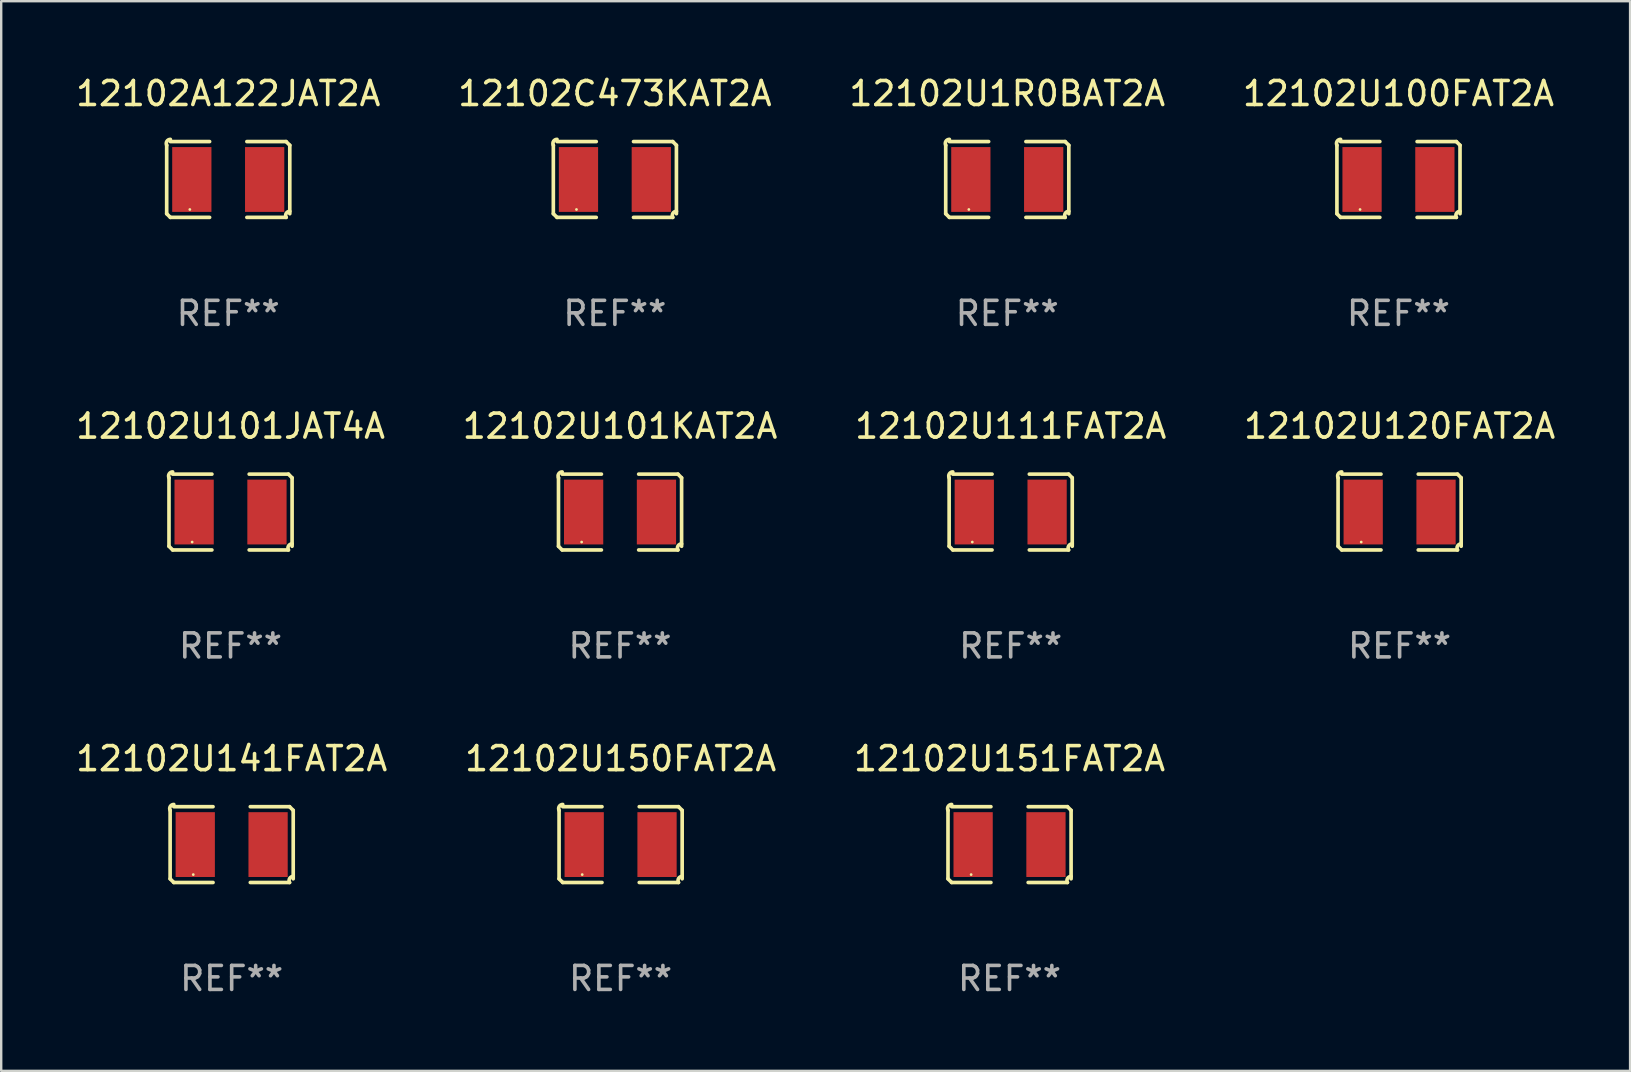
<source format=kicad_pcb>
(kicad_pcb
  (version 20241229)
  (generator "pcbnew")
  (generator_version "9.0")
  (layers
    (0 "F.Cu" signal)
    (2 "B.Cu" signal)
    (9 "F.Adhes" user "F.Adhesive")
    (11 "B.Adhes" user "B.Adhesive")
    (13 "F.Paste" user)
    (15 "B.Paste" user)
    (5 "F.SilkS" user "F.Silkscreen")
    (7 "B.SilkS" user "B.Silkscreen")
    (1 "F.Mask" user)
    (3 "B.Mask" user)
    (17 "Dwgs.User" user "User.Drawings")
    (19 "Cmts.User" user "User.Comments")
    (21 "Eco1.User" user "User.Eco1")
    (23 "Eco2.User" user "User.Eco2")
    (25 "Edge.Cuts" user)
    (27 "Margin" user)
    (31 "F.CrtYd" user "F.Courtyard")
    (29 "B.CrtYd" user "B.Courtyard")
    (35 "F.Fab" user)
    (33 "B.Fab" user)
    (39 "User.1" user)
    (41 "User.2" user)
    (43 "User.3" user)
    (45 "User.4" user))
  (footprint "12102U150FAT2A"
    (layer "F.Cu")
    (at 22.804 32.134)
    (property "Reference" "12102U150FAT2A" (at 0 -3.579 0) (layer "F.SilkS") (effects (font (size 1 1) (thickness 0.15))))
    (attr through_hole)
    (fp_line (start -2.564 1.426) (end -2.564 -1.426) (stroke (width 0.152) (type solid)) (layer "F.SilkS"))
    (fp_line (start -2.411 -1.579) (end -0.776 -1.579) (stroke (width 0.152) (type solid)) (layer "F.SilkS"))
    (fp_line (start -0.776 1.579) (end -2.411 1.579) (stroke (width 0.152) (type solid)) (layer "F.SilkS"))
    (fp_line (start 0.776 1.579) (end 2.411 1.579) (stroke (width 0.152) (type solid)) (layer "F.SilkS"))
    (fp_line (start 2.411 -1.579) (end 0.776 -1.579) (stroke (width 0.152) (type solid)) (layer "F.SilkS"))
    (fp_line (start 2.564 1.426) (end 2.564 -1.426) (stroke (width 0.152) (type solid)) (layer "F.SilkS"))
    (fp_arc (start -2.563602 -1.426213) (mid -2.555597 -1.591233) (end -2.411201 -1.671518) (stroke (width 0.1524) (type solid)) (layer "F.SilkS"))
    (fp_arc (start -2.5636 1.426214) (mid -2.487389 1.502402) (end -2.411201 1.578613) (stroke (width 0.1524) (type solid)) (layer "F.SilkS"))
    (fp_arc (start 2.411197 -1.578618) (mid 2.487403 -1.502419) (end 2.563602 -1.426213) (stroke (width 0.1524) (type solid)) (layer "F.SilkS"))
    (fp_arc (start 2.411201 1.578613) (mid 2.416214 1.409455) (end 2.563602 1.32629) (stroke (width 0.1524) (type solid)) (layer "F.SilkS"))
    (fp_circle (center -1.6 1.25) (end -1.57 1.25) (stroke (width 0.06) (type solid)) (fill no) (layer "F.SilkS"))
    (fp_text user "REF**" (at 0 5.579 0) (layer "F.Fab") (effects (font (size 1 1) (thickness 0.15))))
    (pad "1" smd rect (at -1.517 0) (size 1.635 2.7) (layers "F.Cu" "F.Mask" "F.Paste"))
    (pad "2" smd rect (at 1.517 0) (size 1.635 2.7) (layers "F.Cu" "F.Mask" "F.Paste")))
  (footprint "12102C473KAT2A"
    (layer "F.Cu")
    (at 22.565 4.427)
    (property "Reference" "12102C473KAT2A" (at 0 -3.579 0) (layer "F.SilkS") (effects (font (size 1 1) (thickness 0.15))))
    (attr through_hole)
    (fp_line (start -2.564 1.426) (end -2.564 -1.426) (stroke (width 0.152) (type solid)) (layer "F.SilkS"))
    (fp_line (start -2.411 -1.579) (end -0.776 -1.579) (stroke (width 0.152) (type solid)) (layer "F.SilkS"))
    (fp_line (start -0.776 1.579) (end -2.411 1.579) (stroke (width 0.152) (type solid)) (layer "F.SilkS"))
    (fp_line (start 0.776 1.579) (end 2.411 1.579) (stroke (width 0.152) (type solid)) (layer "F.SilkS"))
    (fp_line (start 2.411 -1.579) (end 0.776 -1.579) (stroke (width 0.152) (type solid)) (layer "F.SilkS"))
    (fp_line (start 2.564 1.426) (end 2.564 -1.426) (stroke (width 0.152) (type solid)) (layer "F.SilkS"))
    (fp_arc (start -2.563602 -1.426213) (mid -2.555597 -1.591233) (end -2.411201 -1.671518) (stroke (width 0.1524) (type solid)) (layer "F.SilkS"))
    (fp_arc (start -2.5636 1.426214) (mid -2.487389 1.502402) (end -2.411201 1.578613) (stroke (width 0.1524) (type solid)) (layer "F.SilkS"))
    (fp_arc (start 2.411197 -1.578618) (mid 2.487403 -1.502419) (end 2.563602 -1.426213) (stroke (width 0.1524) (type solid)) (layer "F.SilkS"))
    (fp_arc (start 2.411201 1.578613) (mid 2.416214 1.409455) (end 2.563602 1.32629) (stroke (width 0.1524) (type solid)) (layer "F.SilkS"))
    (fp_circle (center -1.6 1.25) (end -1.57 1.25) (stroke (width 0.06) (type solid)) (fill no) (layer "F.SilkS"))
    (fp_text user "REF**" (at 0 5.579 0) (layer "F.Fab") (effects (font (size 1 1) (thickness 0.15))))
    (pad "1" smd rect (at -1.517 0) (size 1.635 2.7) (layers "F.Cu" "F.Mask" "F.Paste"))
    (pad "2" smd rect (at 1.517 0) (size 1.635 2.7) (layers "F.Cu" "F.Mask" "F.Paste")))
  (footprint "12102U141FAT2A"
    (layer "F.Cu")
    (at 6.601 32.134)
    (property "Reference" "12102U141FAT2A" (at 0 -3.579 0) (layer "F.SilkS") (effects (font (size 1 1) (thickness 0.15))))
    (attr through_hole)
    (fp_line (start -2.564 1.426) (end -2.564 -1.426) (stroke (width 0.152) (type solid)) (layer "F.SilkS"))
    (fp_line (start -2.411 -1.579) (end -0.776 -1.579) (stroke (width 0.152) (type solid)) (layer "F.SilkS"))
    (fp_line (start -0.776 1.579) (end -2.411 1.579) (stroke (width 0.152) (type solid)) (layer "F.SilkS"))
    (fp_line (start 0.776 1.579) (end 2.411 1.579) (stroke (width 0.152) (type solid)) (layer "F.SilkS"))
    (fp_line (start 2.411 -1.579) (end 0.776 -1.579) (stroke (width 0.152) (type solid)) (layer "F.SilkS"))
    (fp_line (start 2.564 1.426) (end 2.564 -1.426) (stroke (width 0.152) (type solid)) (layer "F.SilkS"))
    (fp_arc (start -2.563602 -1.426213) (mid -2.555597 -1.591233) (end -2.411201 -1.671518) (stroke (width 0.1524) (type solid)) (layer "F.SilkS"))
    (fp_arc (start -2.5636 1.426214) (mid -2.487389 1.502402) (end -2.411201 1.578613) (stroke (width 0.1524) (type solid)) (layer "F.SilkS"))
    (fp_arc (start 2.411197 -1.578618) (mid 2.487403 -1.502419) (end 2.563602 -1.426213) (stroke (width 0.1524) (type solid)) (layer "F.SilkS"))
    (fp_arc (start 2.411201 1.578613) (mid 2.416214 1.409455) (end 2.563602 1.32629) (stroke (width 0.1524) (type solid)) (layer "F.SilkS"))
    (fp_circle (center -1.6 1.25) (end -1.57 1.25) (stroke (width 0.06) (type solid)) (fill no) (layer "F.SilkS"))
    (fp_text user "REF**" (at 0 5.579 0) (layer "F.Fab") (effects (font (size 1 1) (thickness 0.15))))
    (pad "1" smd rect (at -1.517 0) (size 1.635 2.7) (layers "F.Cu" "F.Mask" "F.Paste"))
    (pad "2" smd rect (at 1.517 0) (size 1.635 2.7) (layers "F.Cu" "F.Mask" "F.Paste")))
  (footprint "12102U101KAT2A"
    (layer "F.Cu")
    (at 22.78 18.281)
    (property "Reference" "12102U101KAT2A" (at 0 -3.579 0) (layer "F.SilkS") (effects (font (size 1 1) (thickness 0.15))))
    (attr through_hole)
    (fp_line (start -2.564 1.426) (end -2.564 -1.426) (stroke (width 0.152) (type solid)) (layer "F.SilkS"))
    (fp_line (start -2.411 -1.579) (end -0.776 -1.579) (stroke (width 0.152) (type solid)) (layer "F.SilkS"))
    (fp_line (start -0.776 1.579) (end -2.411 1.579) (stroke (width 0.152) (type solid)) (layer "F.SilkS"))
    (fp_line (start 0.776 1.579) (end 2.411 1.579) (stroke (width 0.152) (type solid)) (layer "F.SilkS"))
    (fp_line (start 2.411 -1.579) (end 0.776 -1.579) (stroke (width 0.152) (type solid)) (layer "F.SilkS"))
    (fp_line (start 2.564 1.426) (end 2.564 -1.426) (stroke (width 0.152) (type solid)) (layer "F.SilkS"))
    (fp_arc (start -2.563602 -1.426213) (mid -2.555597 -1.591233) (end -2.411201 -1.671518) (stroke (width 0.1524) (type solid)) (layer "F.SilkS"))
    (fp_arc (start -2.5636 1.426214) (mid -2.487389 1.502402) (end -2.411201 1.578613) (stroke (width 0.1524) (type solid)) (layer "F.SilkS"))
    (fp_arc (start 2.411197 -1.578618) (mid 2.487403 -1.502419) (end 2.563602 -1.426213) (stroke (width 0.1524) (type solid)) (layer "F.SilkS"))
    (fp_arc (start 2.411201 1.578613) (mid 2.416214 1.409455) (end 2.563602 1.32629) (stroke (width 0.1524) (type solid)) (layer "F.SilkS"))
    (fp_circle (center -1.6 1.25) (end -1.57 1.25) (stroke (width 0.06) (type solid)) (fill no) (layer "F.SilkS"))
    (fp_text user "REF**" (at 0 5.579 0) (layer "F.Fab") (effects (font (size 1 1) (thickness 0.15))))
    (pad "1" smd rect (at -1.517 0) (size 1.635 2.7) (layers "F.Cu" "F.Mask" "F.Paste"))
    (pad "2" smd rect (at 1.517 0) (size 1.635 2.7) (layers "F.Cu" "F.Mask" "F.Paste")))
  (footprint "12102U120FAT2A"
    (layer "F.Cu")
    (at 55.256 18.281)
    (property "Reference" "12102U120FAT2A" (at 0 -3.579 0) (layer "F.SilkS") (effects (font (size 1 1) (thickness 0.15))))
    (attr through_hole)
    (fp_line (start -2.564 1.426) (end -2.564 -1.426) (stroke (width 0.152) (type solid)) (layer "F.SilkS"))
    (fp_line (start -2.411 -1.579) (end -0.776 -1.579) (stroke (width 0.152) (type solid)) (layer "F.SilkS"))
    (fp_line (start -0.776 1.579) (end -2.411 1.579) (stroke (width 0.152) (type solid)) (layer "F.SilkS"))
    (fp_line (start 0.776 1.579) (end 2.411 1.579) (stroke (width 0.152) (type solid)) (layer "F.SilkS"))
    (fp_line (start 2.411 -1.579) (end 0.776 -1.579) (stroke (width 0.152) (type solid)) (layer "F.SilkS"))
    (fp_line (start 2.564 1.426) (end 2.564 -1.426) (stroke (width 0.152) (type solid)) (layer "F.SilkS"))
    (fp_arc (start -2.563602 -1.426213) (mid -2.555597 -1.591233) (end -2.411201 -1.671518) (stroke (width 0.1524) (type solid)) (layer "F.SilkS"))
    (fp_arc (start -2.5636 1.426214) (mid -2.487389 1.502402) (end -2.411201 1.578613) (stroke (width 0.1524) (type solid)) (layer "F.SilkS"))
    (fp_arc (start 2.411197 -1.578618) (mid 2.487403 -1.502419) (end 2.563602 -1.426213) (stroke (width 0.1524) (type solid)) (layer "F.SilkS"))
    (fp_arc (start 2.411201 1.578613) (mid 2.416214 1.409455) (end 2.563602 1.32629) (stroke (width 0.1524) (type solid)) (layer "F.SilkS"))
    (fp_circle (center -1.6 1.25) (end -1.57 1.25) (stroke (width 0.06) (type solid)) (fill no) (layer "F.SilkS"))
    (fp_text user "REF**" (at 0 5.579 0) (layer "F.Fab") (effects (font (size 1 1) (thickness 0.15))))
    (pad "1" smd rect (at -1.517 0) (size 1.635 2.7) (layers "F.Cu" "F.Mask" "F.Paste"))
    (pad "2" smd rect (at 1.517 0) (size 1.635 2.7) (layers "F.Cu" "F.Mask" "F.Paste")))
  (footprint "12102U100FAT2A"
    (layer "F.Cu")
    (at 55.208 4.427)
    (property "Reference" "12102U100FAT2A" (at 0 -3.579 0) (layer "F.SilkS") (effects (font (size 1 1) (thickness 0.15))))
    (attr through_hole)
    (fp_line (start -2.564 1.426) (end -2.564 -1.426) (stroke (width 0.152) (type solid)) (layer "F.SilkS"))
    (fp_line (start -2.411 -1.579) (end -0.776 -1.579) (stroke (width 0.152) (type solid)) (layer "F.SilkS"))
    (fp_line (start -0.776 1.579) (end -2.411 1.579) (stroke (width 0.152) (type solid)) (layer "F.SilkS"))
    (fp_line (start 0.776 1.579) (end 2.411 1.579) (stroke (width 0.152) (type solid)) (layer "F.SilkS"))
    (fp_line (start 2.411 -1.579) (end 0.776 -1.579) (stroke (width 0.152) (type solid)) (layer "F.SilkS"))
    (fp_line (start 2.564 1.426) (end 2.564 -1.426) (stroke (width 0.152) (type solid)) (layer "F.SilkS"))
    (fp_arc (start -2.563602 -1.426213) (mid -2.555597 -1.591233) (end -2.411201 -1.671518) (stroke (width 0.1524) (type solid)) (layer "F.SilkS"))
    (fp_arc (start -2.5636 1.426214) (mid -2.487389 1.502402) (end -2.411201 1.578613) (stroke (width 0.1524) (type solid)) (layer "F.SilkS"))
    (fp_arc (start 2.411197 -1.578618) (mid 2.487403 -1.502419) (end 2.563602 -1.426213) (stroke (width 0.1524) (type solid)) (layer "F.SilkS"))
    (fp_arc (start 2.411201 1.578613) (mid 2.416214 1.409455) (end 2.563602 1.32629) (stroke (width 0.1524) (type solid)) (layer "F.SilkS"))
    (fp_circle (center -1.6 1.25) (end -1.57 1.25) (stroke (width 0.06) (type solid)) (fill no) (layer "F.SilkS"))
    (fp_text user "REF**" (at 0 5.579 0) (layer "F.Fab") (effects (font (size 1 1) (thickness 0.15))))
    (pad "1" smd rect (at -1.517 0) (size 1.635 2.7) (layers "F.Cu" "F.Mask" "F.Paste"))
    (pad "2" smd rect (at 1.517 0) (size 1.635 2.7) (layers "F.Cu" "F.Mask" "F.Paste")))
  (footprint "12102U101JAT4A"
    (layer "F.Cu")
    (at 6.554 18.281)
    (property "Reference" "12102U101JAT4A" (at 0 -3.579 0) (layer "F.SilkS") (effects (font (size 1 1) (thickness 0.15))))
    (attr through_hole)
    (fp_line (start -2.564 1.426) (end -2.564 -1.426) (stroke (width 0.152) (type solid)) (layer "F.SilkS"))
    (fp_line (start -2.411 -1.579) (end -0.776 -1.579) (stroke (width 0.152) (type solid)) (layer "F.SilkS"))
    (fp_line (start -0.776 1.579) (end -2.411 1.579) (stroke (width 0.152) (type solid)) (layer "F.SilkS"))
    (fp_line (start 0.776 1.579) (end 2.411 1.579) (stroke (width 0.152) (type solid)) (layer "F.SilkS"))
    (fp_line (start 2.411 -1.579) (end 0.776 -1.579) (stroke (width 0.152) (type solid)) (layer "F.SilkS"))
    (fp_line (start 2.564 1.426) (end 2.564 -1.426) (stroke (width 0.152) (type solid)) (layer "F.SilkS"))
    (fp_arc (start -2.563602 -1.426213) (mid -2.555597 -1.591233) (end -2.411201 -1.671518) (stroke (width 0.1524) (type solid)) (layer "F.SilkS"))
    (fp_arc (start -2.5636 1.426214) (mid -2.487389 1.502402) (end -2.411201 1.578613) (stroke (width 0.1524) (type solid)) (layer "F.SilkS"))
    (fp_arc (start 2.411197 -1.578618) (mid 2.487403 -1.502419) (end 2.563602 -1.426213) (stroke (width 0.1524) (type solid)) (layer "F.SilkS"))
    (fp_arc (start 2.411201 1.578613) (mid 2.416214 1.409455) (end 2.563602 1.32629) (stroke (width 0.1524) (type solid)) (layer "F.SilkS"))
    (fp_circle (center -1.6 1.25) (end -1.57 1.25) (stroke (width 0.06) (type solid)) (fill no) (layer "F.SilkS"))
    (fp_text user "REF**" (at 0 5.579 0) (layer "F.Fab") (effects (font (size 1 1) (thickness 0.15))))
    (pad "1" smd rect (at -1.517 0) (size 1.635 2.7) (layers "F.Cu" "F.Mask" "F.Paste"))
    (pad "2" smd rect (at 1.517 0) (size 1.635 2.7) (layers "F.Cu" "F.Mask" "F.Paste")))
  (footprint "12102A122JAT2A"
    (layer "F.Cu")
    (at 6.458 4.427)
    (property "Reference" "12102A122JAT2A" (at 0 -3.579 0) (layer "F.SilkS") (effects (font (size 1 1) (thickness 0.15))))
    (attr through_hole)
    (fp_line (start -2.564 1.426) (end -2.564 -1.426) (stroke (width 0.152) (type solid)) (layer "F.SilkS"))
    (fp_line (start -2.411 -1.579) (end -0.776 -1.579) (stroke (width 0.152) (type solid)) (layer "F.SilkS"))
    (fp_line (start -0.776 1.579) (end -2.411 1.579) (stroke (width 0.152) (type solid)) (layer "F.SilkS"))
    (fp_line (start 0.776 1.579) (end 2.411 1.579) (stroke (width 0.152) (type solid)) (layer "F.SilkS"))
    (fp_line (start 2.411 -1.579) (end 0.776 -1.579) (stroke (width 0.152) (type solid)) (layer "F.SilkS"))
    (fp_line (start 2.564 1.426) (end 2.564 -1.426) (stroke (width 0.152) (type solid)) (layer "F.SilkS"))
    (fp_arc (start -2.563602 -1.426213) (mid -2.555597 -1.591233) (end -2.411201 -1.671518) (stroke (width 0.1524) (type solid)) (layer "F.SilkS"))
    (fp_arc (start -2.5636 1.426214) (mid -2.487389 1.502402) (end -2.411201 1.578613) (stroke (width 0.1524) (type solid)) (layer "F.SilkS"))
    (fp_arc (start 2.411197 -1.578618) (mid 2.487403 -1.502419) (end 2.563602 -1.426213) (stroke (width 0.1524) (type solid)) (layer "F.SilkS"))
    (fp_arc (start 2.411201 1.578613) (mid 2.416214 1.409455) (end 2.563602 1.32629) (stroke (width 0.1524) (type solid)) (layer "F.SilkS"))
    (fp_circle (center -1.6 1.25) (end -1.57 1.25) (stroke (width 0.06) (type solid)) (fill no) (layer "F.SilkS"))
    (fp_text user "REF**" (at 0 5.579 0) (layer "F.Fab") (effects (font (size 1 1) (thickness 0.15))))
    (pad "1" smd rect (at -1.517 0) (size 1.635 2.7) (layers "F.Cu" "F.Mask" "F.Paste"))
    (pad "2" smd rect (at 1.517 0) (size 1.635 2.7) (layers "F.Cu" "F.Mask" "F.Paste")))
  (footprint "12102U151FAT2A"
    (layer "F.Cu")
    (at 39.006 32.134)
    (property "Reference" "12102U151FAT2A" (at 0 -3.579 0) (layer "F.SilkS") (effects (font (size 1 1) (thickness 0.15))))
    (attr through_hole)
    (fp_line (start -2.564 1.426) (end -2.564 -1.426) (stroke (width 0.152) (type solid)) (layer "F.SilkS"))
    (fp_line (start -2.411 -1.579) (end -0.776 -1.579) (stroke (width 0.152) (type solid)) (layer "F.SilkS"))
    (fp_line (start -0.776 1.579) (end -2.411 1.579) (stroke (width 0.152) (type solid)) (layer "F.SilkS"))
    (fp_line (start 0.776 1.579) (end 2.411 1.579) (stroke (width 0.152) (type solid)) (layer "F.SilkS"))
    (fp_line (start 2.411 -1.579) (end 0.776 -1.579) (stroke (width 0.152) (type solid)) (layer "F.SilkS"))
    (fp_line (start 2.564 1.426) (end 2.564 -1.426) (stroke (width 0.152) (type solid)) (layer "F.SilkS"))
    (fp_arc (start -2.563602 -1.426213) (mid -2.555597 -1.591233) (end -2.411201 -1.671518) (stroke (width 0.1524) (type solid)) (layer "F.SilkS"))
    (fp_arc (start -2.5636 1.426214) (mid -2.487389 1.502402) (end -2.411201 1.578613) (stroke (width 0.1524) (type solid)) (layer "F.SilkS"))
    (fp_arc (start 2.411197 -1.578618) (mid 2.487403 -1.502419) (end 2.563602 -1.426213) (stroke (width 0.1524) (type solid)) (layer "F.SilkS"))
    (fp_arc (start 2.411201 1.578613) (mid 2.416214 1.409455) (end 2.563602 1.32629) (stroke (width 0.1524) (type solid)) (layer "F.SilkS"))
    (fp_circle (center -1.6 1.25) (end -1.57 1.25) (stroke (width 0.06) (type solid)) (fill no) (layer "F.SilkS"))
    (fp_text user "REF**" (at 0 5.579 0) (layer "F.Fab") (effects (font (size 1 1) (thickness 0.15))))
    (pad "1" smd rect (at -1.517 0) (size 1.635 2.7) (layers "F.Cu" "F.Mask" "F.Paste"))
    (pad "2" smd rect (at 1.517 0) (size 1.635 2.7) (layers "F.Cu" "F.Mask" "F.Paste")))
  (footprint "12102U111FAT2A"
    (layer "F.Cu")
    (at 39.054 18.281)
    (property "Reference" "12102U111FAT2A" (at 0 -3.579 0) (layer "F.SilkS") (effects (font (size 1 1) (thickness 0.15))))
    (attr through_hole)
    (fp_line (start -2.564 1.426) (end -2.564 -1.426) (stroke (width 0.152) (type solid)) (layer "F.SilkS"))
    (fp_line (start -2.411 -1.579) (end -0.776 -1.579) (stroke (width 0.152) (type solid)) (layer "F.SilkS"))
    (fp_line (start -0.776 1.579) (end -2.411 1.579) (stroke (width 0.152) (type solid)) (layer "F.SilkS"))
    (fp_line (start 0.776 1.579) (end 2.411 1.579) (stroke (width 0.152) (type solid)) (layer "F.SilkS"))
    (fp_line (start 2.411 -1.579) (end 0.776 -1.579) (stroke (width 0.152) (type solid)) (layer "F.SilkS"))
    (fp_line (start 2.564 1.426) (end 2.564 -1.426) (stroke (width 0.152) (type solid)) (layer "F.SilkS"))
    (fp_arc (start -2.563602 -1.426213) (mid -2.555597 -1.591233) (end -2.411201 -1.671518) (stroke (width 0.1524) (type solid)) (layer "F.SilkS"))
    (fp_arc (start -2.5636 1.426214) (mid -2.487389 1.502402) (end -2.411201 1.578613) (stroke (width 0.1524) (type solid)) (layer "F.SilkS"))
    (fp_arc (start 2.411197 -1.578618) (mid 2.487403 -1.502419) (end 2.563602 -1.426213) (stroke (width 0.1524) (type solid)) (layer "F.SilkS"))
    (fp_arc (start 2.411201 1.578613) (mid 2.416214 1.409455) (end 2.563602 1.32629) (stroke (width 0.1524) (type solid)) (layer "F.SilkS"))
    (fp_circle (center -1.6 1.25) (end -1.57 1.25) (stroke (width 0.06) (type solid)) (fill no) (layer "F.SilkS"))
    (fp_text user "REF**" (at 0 5.579 0) (layer "F.Fab") (effects (font (size 1 1) (thickness 0.15))))
    (pad "1" smd rect (at -1.517 0) (size 1.635 2.7) (layers "F.Cu" "F.Mask" "F.Paste"))
    (pad "2" smd rect (at 1.517 0) (size 1.635 2.7) (layers "F.Cu" "F.Mask" "F.Paste")))
  (footprint "12102U1R0BAT2A"
    (layer "F.Cu")
    (at 38.911 4.427)
    (property "Reference" "12102U1R0BAT2A" (at 0 -3.579 0) (layer "F.SilkS") (effects (font (size 1 1) (thickness 0.15))))
    (attr through_hole)
    (fp_line (start -2.564 1.426) (end -2.564 -1.426) (stroke (width 0.152) (type solid)) (layer "F.SilkS"))
    (fp_line (start -2.411 -1.579) (end -0.776 -1.579) (stroke (width 0.152) (type solid)) (layer "F.SilkS"))
    (fp_line (start -0.776 1.579) (end -2.411 1.579) (stroke (width 0.152) (type solid)) (layer "F.SilkS"))
    (fp_line (start 0.776 1.579) (end 2.411 1.579) (stroke (width 0.152) (type solid)) (layer "F.SilkS"))
    (fp_line (start 2.411 -1.579) (end 0.776 -1.579) (stroke (width 0.152) (type solid)) (layer "F.SilkS"))
    (fp_line (start 2.564 1.426) (end 2.564 -1.426) (stroke (width 0.152) (type solid)) (layer "F.SilkS"))
    (fp_arc (start -2.563602 -1.426213) (mid -2.555597 -1.591233) (end -2.411201 -1.671518) (stroke (width 0.1524) (type solid)) (layer "F.SilkS"))
    (fp_arc (start -2.5636 1.426214) (mid -2.487389 1.502402) (end -2.411201 1.578613) (stroke (width 0.1524) (type solid)) (layer "F.SilkS"))
    (fp_arc (start 2.411197 -1.578618) (mid 2.487403 -1.502419) (end 2.563602 -1.426213) (stroke (width 0.1524) (type solid)) (layer "F.SilkS"))
    (fp_arc (start 2.411201 1.578613) (mid 2.416214 1.409455) (end 2.563602 1.32629) (stroke (width 0.1524) (type solid)) (layer "F.SilkS"))
    (fp_circle (center -1.6 1.25) (end -1.57 1.25) (stroke (width 0.06) (type solid)) (fill no) (layer "F.SilkS"))
    (fp_text user "REF**" (at 0 5.579 0) (layer "F.Fab") (effects (font (size 1 1) (thickness 0.15))))
    (pad "1" smd rect (at -1.517 0) (size 1.635 2.7) (layers "F.Cu" "F.Mask" "F.Paste"))
    (pad "2" smd rect (at 1.517 0) (size 1.635 2.7) (layers "F.Cu" "F.Mask" "F.Paste")))
  (gr_rect
    (start -3 -3)
    (end 64.857 41.561)
    (stroke (width 0.1) (type default))
    (fill no)
    (layer "Edge.Cuts")))
</source>
